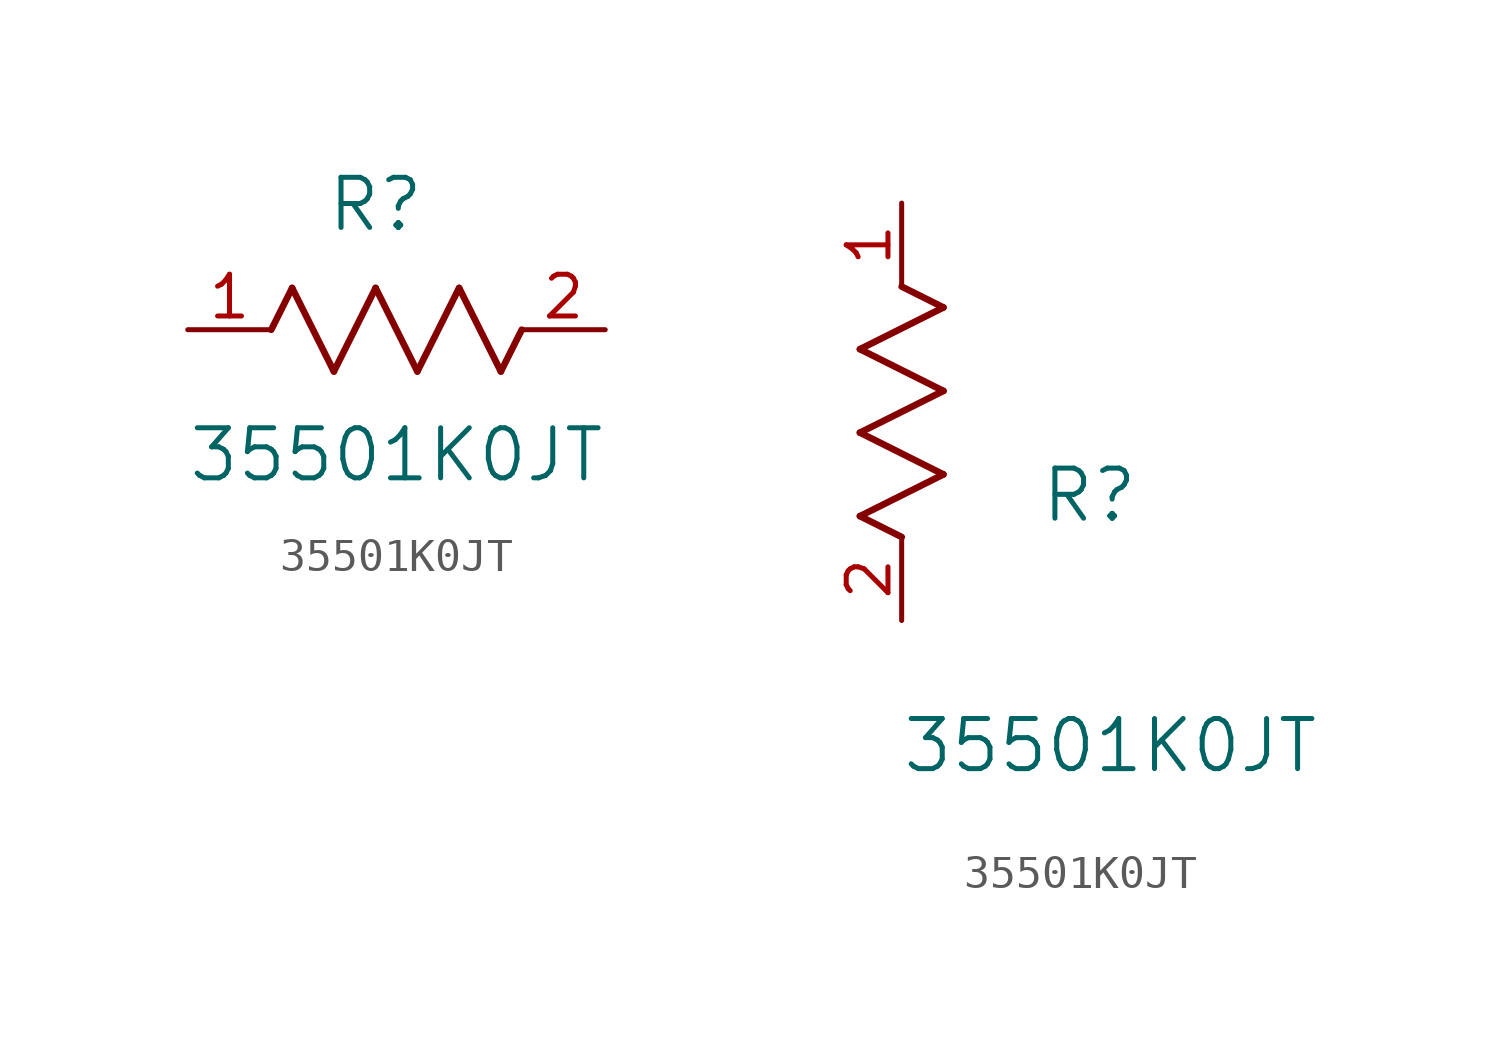
<source format=kicad_sym>
(kicad_symbol_lib
  (version 20211014)
  (generator kicad_symbol_editor)
  (symbol "35501K0JT"
    (pin_names
      (offset 0.254))
    (property "Reference" "R"
      (at 5.715 3.81 0)
      (effects (font (size 1.524 1.524))))
    (property "Value" "35501K0JT"
      (at 6.35 -3.81 0)
      (effects (font (size 1.524 1.524))))
    (symbol "35501K0JT_1_1"
      (polyline (pts (xy 3.175 1.27) (xy 4.445 -1.27)) (stroke (width 0.203) (type default) (color 0 0 0 0)) (fill (type none)))
      (polyline (pts (xy 4.445 -1.27) (xy 5.715 1.27)) (stroke (width 0.203) (type default) (color 0 0 0 0)) (fill (type none)))
      (polyline (pts (xy 5.715 1.27) (xy 6.985 -1.27)) (stroke (width 0.203) (type default) (color 0 0 0 0)) (fill (type none)))
      (polyline (pts (xy 6.985 -1.27) (xy 8.255 1.27)) (stroke (width 0.203) (type default) (color 0 0 0 0)) (fill (type none)))
      (polyline (pts (xy 8.255 1.27) (xy 9.525 -1.27)) (stroke (width 0.203) (type default) (color 0 0 0 0)) (fill (type none)))
      (polyline (pts (xy 2.54 0) (xy 3.175 1.27)) (stroke (width 0.203) (type default) (color 0 0 0 0)) (fill (type none)))
      (polyline (pts (xy 9.525 -1.27) (xy 10.16 0)) (stroke (width 0.203) (type default) (color 0 0 0 0)) (fill (type none)))
      (pin unspecified line (at 0 0 0) (length 2.54) (name "" (effects (font (size 1.27 1.27)))) (number "1" (effects (font (size 1.27 1.27)))))
      (pin unspecified line (at 12.7 0 180) (length 2.54) (name "" (effects (font (size 1.27 1.27)))) (number "2" (effects (font (size 1.27 1.27))))))
    (symbol "35501K0JT_1_2"
      (polyline (pts (xy 0 2.54) (xy -1.27 3.175)) (stroke (width 0.203) (type default) (color 0 0 0 0)) (fill (type none)))
      (polyline (pts (xy -1.27 3.175) (xy 1.27 4.445)) (stroke (width 0.203) (type default) (color 0 0 0 0)) (fill (type none)))
      (polyline (pts (xy 1.27 4.445) (xy -1.27 5.715)) (stroke (width 0.203) (type default) (color 0 0 0 0)) (fill (type none)))
      (polyline (pts (xy -1.27 5.715) (xy 1.27 6.985)) (stroke (width 0.203) (type default) (color 0 0 0 0)) (fill (type none)))
      (polyline (pts (xy -1.27 8.255) (xy 1.27 9.525)) (stroke (width 0.203) (type default) (color 0 0 0 0)) (fill (type none)))
      (polyline (pts (xy 1.27 9.525) (xy 0 10.16)) (stroke (width 0.203) (type default) (color 0 0 0 0)) (fill (type none)))
      (polyline (pts (xy 1.27 6.985) (xy -1.27 8.255)) (stroke (width 0.203) (type default) (color 0 0 0 0)) (fill (type none)))
      (pin unspecified line (at 0 12.7 270) (length 2.54) (name "" (effects (font (size 1.27 1.27)))) (number "1" (effects (font (size 1.27 1.27)))))
      (pin unspecified line (at 0 0 90) (length 2.54) (name "" (effects (font (size 1.27 1.27)))) (number "2" (effects (font (size 1.27 1.27))))))))
</source>
